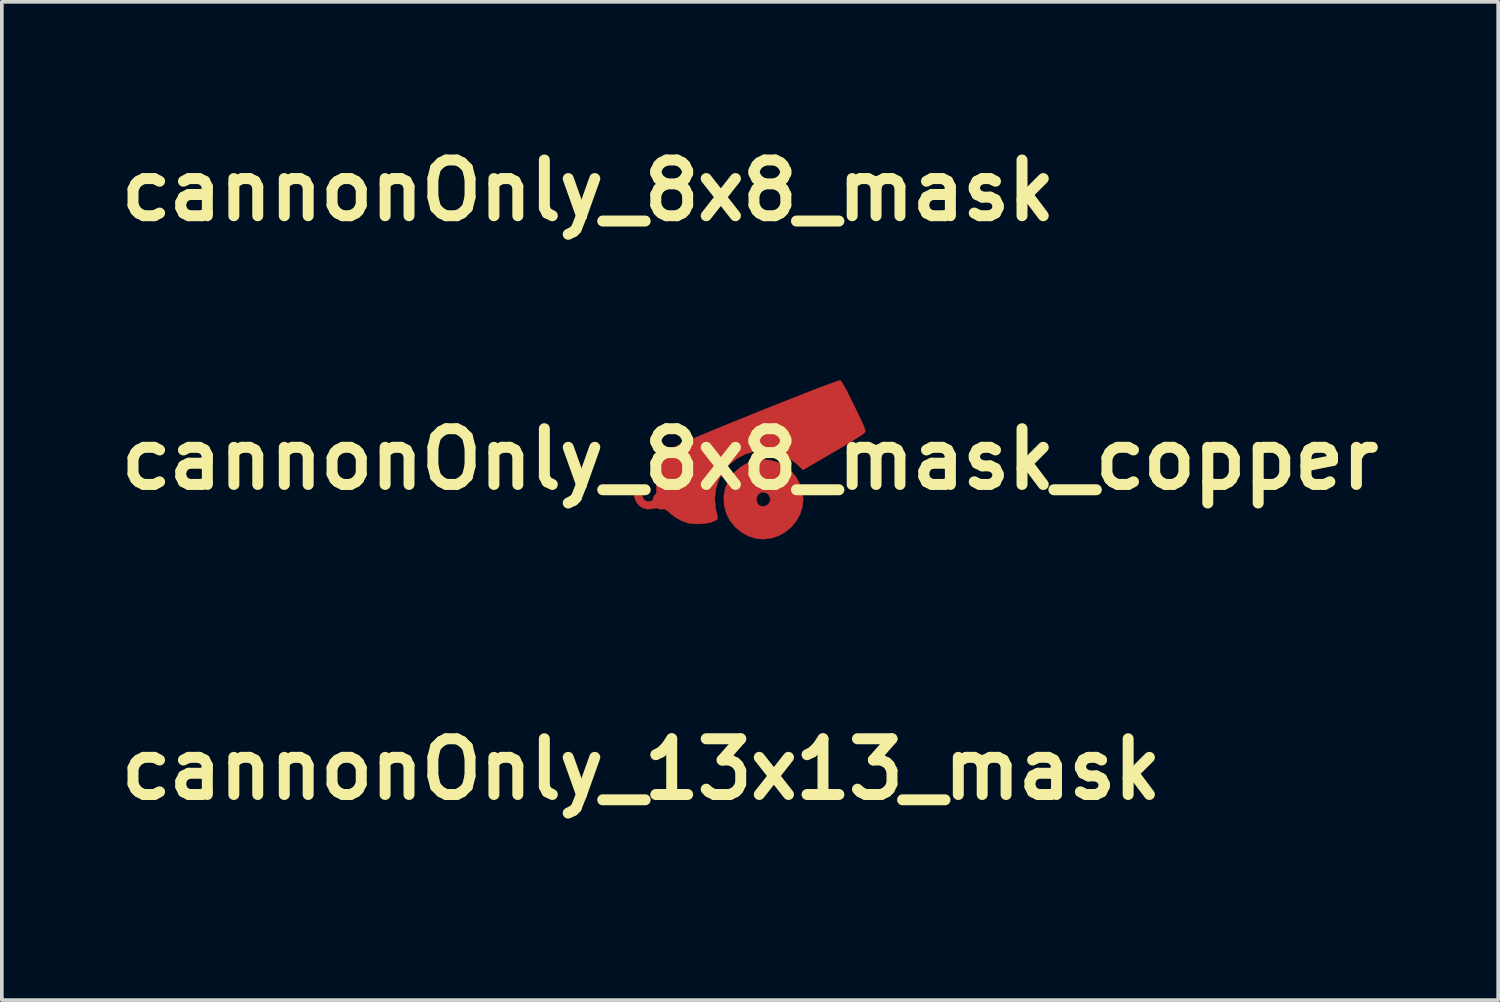
<source format=kicad_pcb>
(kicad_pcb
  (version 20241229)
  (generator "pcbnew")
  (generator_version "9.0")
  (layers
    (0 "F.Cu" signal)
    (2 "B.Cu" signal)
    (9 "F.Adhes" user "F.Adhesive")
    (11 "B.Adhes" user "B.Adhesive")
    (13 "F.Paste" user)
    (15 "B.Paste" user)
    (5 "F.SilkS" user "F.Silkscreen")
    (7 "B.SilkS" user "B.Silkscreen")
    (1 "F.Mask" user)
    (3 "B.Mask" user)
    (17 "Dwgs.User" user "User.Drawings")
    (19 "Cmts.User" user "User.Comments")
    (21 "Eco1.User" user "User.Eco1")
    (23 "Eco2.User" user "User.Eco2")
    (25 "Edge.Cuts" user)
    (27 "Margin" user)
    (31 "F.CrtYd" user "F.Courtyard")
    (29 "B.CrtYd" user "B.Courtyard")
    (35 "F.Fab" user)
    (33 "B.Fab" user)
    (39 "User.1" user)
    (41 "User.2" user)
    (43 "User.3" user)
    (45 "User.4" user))
  (footprint "cannonOnly_8x8_mask_copper"
    (layer "F.Cu")
    (at 17.461 9.509)
    (property "Reference" "cannonOnly_8x8_mask_copper" (at 0 0 0) (layer "F.SilkS") (effects (font (size 1.524 1.524) (thickness 0.3))))
    (attr through_hole)
    (fp_poly (pts (xy 0.581 0.032) (xy 0.78 0.093) (xy 0.965 0.192) (xy 1.129 0.326) (xy 1.267 0.495) (xy 1.373 0.696) (xy 1.429 0.87) (xy 1.455 1.089) (xy 1.433 1.302) (xy 1.369 1.504) (xy 1.266 1.689) (xy 1.131 1.852) (xy 0.968 1.988) (xy 0.782 2.093) (xy 0.578 2.16) (xy 0.362 2.185) (xy 0.174 2.169) (xy -0.037 2.106) (xy -0.232 1.999) (xy -0.403 1.856) (xy -0.544 1.682) (xy -0.647 1.487) (xy -0.705 1.276) (xy -0.708 1.255) (xy -0.714 1.098) (xy 0.175 1.098) (xy 0.196 1.196) (xy 0.251 1.263) (xy 0.33 1.292) (xy 0.42 1.28) (xy 0.486 1.242) (xy 0.543 1.167) (xy 0.555 1.079) (xy 0.521 0.99) (xy 0.498 0.961) (xy 0.42 0.909) (xy 0.335 0.901) (xy 0.258 0.932) (xy 0.2 0.996) (xy 0.175 1.087) (xy 0.175 1.098) (xy -0.714 1.098) (xy -0.717 1.011) (xy -0.676 0.786) (xy -0.585 0.576) (xy -0.443 0.382) (xy -0.411 0.347) (xy -0.234 0.196) (xy -0.039 0.09) (xy 0.165 0.028) (xy 0.374 0.009) (xy 0.581 0.032)) (stroke (width 0.01) (type solid)) (fill yes) (layer "F.Cu"))
    (fp_poly (pts (xy 2.491 -2.133) (xy 2.529 -2.078) (xy 2.582 -1.986) (xy 2.652 -1.856) (xy 2.739 -1.682) (xy 2.847 -1.464) (xy 2.848 -1.46) (xy 2.944 -1.263) (xy 3.019 -1.108) (xy 3.074 -0.989) (xy 3.113 -0.901) (xy 3.138 -0.838) (xy 3.15 -0.795) (xy 3.151 -0.765) (xy 3.145 -0.743) (xy 3.132 -0.725) (xy 3.13 -0.722) (xy 3.096 -0.694) (xy 3.023 -0.644) (xy 2.914 -0.575) (xy 2.776 -0.489) (xy 2.615 -0.391) (xy 2.435 -0.284) (xy 2.265 -0.185) (xy 1.448 0.291) (xy 1.282 0.135) (xy 1.072 -0.027) (xy 0.844 -0.143) (xy 0.604 -0.212) (xy 0.358 -0.235) (xy 0.113 -0.212) (xy -0.126 -0.142) (xy -0.352 -0.025) (xy -0.559 0.137) (xy -0.585 0.162) (xy -0.748 0.361) (xy -0.866 0.584) (xy -0.939 0.827) (xy -0.964 1.083) (xy -0.94 1.345) (xy -0.909 1.48) (xy -0.887 1.563) (xy -0.882 1.611) (xy -0.893 1.64) (xy -0.917 1.66) (xy -1.013 1.708) (xy -1.147 1.743) (xy -1.303 1.764) (xy -1.467 1.77) (xy -1.623 1.758) (xy -1.7 1.744) (xy -1.858 1.688) (xy -2.023 1.599) (xy -2.173 1.487) (xy -2.197 1.465) (xy -2.272 1.4) (xy -2.324 1.367) (xy -2.369 1.36) (xy -2.392 1.364) (xy -2.461 1.367) (xy -2.499 1.351) (xy -2.54 1.334) (xy -2.605 1.339) (xy -2.648 1.35) (xy -2.797 1.367) (xy -2.929 1.335) (xy -3.019 1.277) (xy -3.112 1.169) (xy -3.163 1.034) (xy -3.175 0.9) (xy -3.175 0.767) (xy -2.963 0.767) (xy -2.963 0.888) (xy -2.948 1.017) (xy -2.902 1.105) (xy -2.828 1.151) (xy -2.729 1.152) (xy -2.724 1.151) (xy -2.666 1.127) (xy -2.646 1.082) (xy -2.646 1.07) (xy -2.627 1.007) (xy -2.597 0.975) (xy -2.574 0.955) (xy -2.56 0.923) (xy -2.555 0.868) (xy -2.557 0.778) (xy -2.561 0.7) (xy -2.565 0.561) (xy -2.558 0.452) (xy -2.539 0.351) (xy -2.517 0.271) (xy -2.432 0.069) (xy -2.308 -0.117) (xy -2.156 -0.272) (xy -2.089 -0.324) (xy -2.04 -0.35) (xy -1.947 -0.394) (xy -1.816 -0.452) (xy -1.65 -0.524) (xy -1.454 -0.607) (xy -1.231 -0.701) (xy -0.986 -0.802) (xy -0.724 -0.911) (xy -0.448 -1.023) (xy -0.162 -1.139) (xy 0.128 -1.257) (xy 0.42 -1.374) (xy 0.708 -1.489) (xy 0.988 -1.6) (xy 1.256 -1.706) (xy 1.509 -1.805) (xy 1.741 -1.895) (xy 1.948 -1.974) (xy 2.126 -2.041) (xy 2.271 -2.094) (xy 2.379 -2.132) (xy 2.446 -2.152) (xy 2.465 -2.155) (xy 2.491 -2.133)) (stroke (width 0.01) (type solid)) (fill yes) (layer "F.Cu"))
    (fp_poly (pts (xy 0.581 0.032) (xy 0.78 0.093) (xy 0.965 0.192) (xy 1.129 0.326) (xy 1.267 0.495) (xy 1.373 0.696) (xy 1.429 0.87) (xy 1.455 1.089) (xy 1.433 1.302) (xy 1.369 1.504) (xy 1.266 1.689) (xy 1.131 1.852) (xy 0.968 1.988) (xy 0.782 2.093) (xy 0.578 2.16) (xy 0.362 2.185) (xy 0.174 2.169) (xy -0.037 2.106) (xy -0.232 1.999) (xy -0.403 1.856) (xy -0.544 1.682) (xy -0.647 1.487) (xy -0.705 1.276) (xy -0.708 1.255) (xy -0.714 1.098) (xy 0.175 1.098) (xy 0.196 1.196) (xy 0.251 1.263) (xy 0.33 1.292) (xy 0.42 1.28) (xy 0.486 1.242) (xy 0.543 1.167) (xy 0.555 1.079) (xy 0.521 0.99) (xy 0.498 0.961) (xy 0.42 0.909) (xy 0.335 0.901) (xy 0.258 0.932) (xy 0.2 0.996) (xy 0.175 1.087) (xy 0.175 1.098) (xy -0.714 1.098) (xy -0.717 1.011) (xy -0.676 0.786) (xy -0.585 0.576) (xy -0.443 0.382) (xy -0.411 0.347) (xy -0.234 0.196) (xy -0.039 0.09) (xy 0.165 0.028) (xy 0.374 0.009) (xy 0.581 0.032)) (stroke (width 0.01) (type solid)) (fill yes) (layer "F.Mask"))
    (fp_poly (pts (xy 2.491 -2.133) (xy 2.529 -2.078) (xy 2.582 -1.986) (xy 2.652 -1.856) (xy 2.739 -1.682) (xy 2.847 -1.464) (xy 2.848 -1.46) (xy 2.944 -1.263) (xy 3.019 -1.108) (xy 3.074 -0.989) (xy 3.113 -0.901) (xy 3.138 -0.838) (xy 3.15 -0.795) (xy 3.151 -0.765) (xy 3.145 -0.743) (xy 3.132 -0.725) (xy 3.13 -0.722) (xy 3.096 -0.694) (xy 3.023 -0.644) (xy 2.914 -0.575) (xy 2.776 -0.489) (xy 2.615 -0.391) (xy 2.435 -0.284) (xy 2.265 -0.185) (xy 1.448 0.291) (xy 1.282 0.135) (xy 1.072 -0.027) (xy 0.844 -0.143) (xy 0.604 -0.212) (xy 0.358 -0.235) (xy 0.113 -0.212) (xy -0.126 -0.142) (xy -0.352 -0.025) (xy -0.559 0.137) (xy -0.585 0.162) (xy -0.748 0.361) (xy -0.866 0.584) (xy -0.939 0.827) (xy -0.964 1.083) (xy -0.94 1.345) (xy -0.909 1.48) (xy -0.887 1.563) (xy -0.882 1.611) (xy -0.893 1.64) (xy -0.917 1.66) (xy -1.013 1.708) (xy -1.147 1.743) (xy -1.303 1.764) (xy -1.467 1.77) (xy -1.623 1.758) (xy -1.7 1.744) (xy -1.858 1.688) (xy -2.023 1.599) (xy -2.173 1.487) (xy -2.197 1.465) (xy -2.272 1.4) (xy -2.324 1.367) (xy -2.369 1.36) (xy -2.392 1.364) (xy -2.461 1.367) (xy -2.499 1.351) (xy -2.54 1.334) (xy -2.605 1.339) (xy -2.648 1.35) (xy -2.797 1.367) (xy -2.929 1.335) (xy -3.019 1.277) (xy -3.112 1.169) (xy -3.163 1.034) (xy -3.175 0.9) (xy -3.175 0.767) (xy -2.963 0.767) (xy -2.963 0.888) (xy -2.948 1.017) (xy -2.902 1.105) (xy -2.828 1.151) (xy -2.729 1.152) (xy -2.724 1.151) (xy -2.666 1.127) (xy -2.646 1.082) (xy -2.646 1.07) (xy -2.627 1.007) (xy -2.597 0.975) (xy -2.574 0.955) (xy -2.56 0.923) (xy -2.555 0.868) (xy -2.557 0.778) (xy -2.561 0.7) (xy -2.565 0.561) (xy -2.558 0.452) (xy -2.539 0.351) (xy -2.517 0.271) (xy -2.432 0.069) (xy -2.308 -0.117) (xy -2.156 -0.272) (xy -2.089 -0.324) (xy -2.04 -0.35) (xy -1.947 -0.394) (xy -1.816 -0.452) (xy -1.65 -0.524) (xy -1.454 -0.607) (xy -1.231 -0.701) (xy -0.986 -0.802) (xy -0.724 -0.911) (xy -0.448 -1.023) (xy -0.162 -1.139) (xy 0.128 -1.257) (xy 0.42 -1.374) (xy 0.708 -1.489) (xy 0.988 -1.6) (xy 1.256 -1.706) (xy 1.509 -1.805) (xy 1.741 -1.895) (xy 1.948 -1.974) (xy 2.126 -2.041) (xy 2.271 -2.094) (xy 2.379 -2.132) (xy 2.446 -2.152) (xy 2.465 -2.155) (xy 2.491 -2.133)) (stroke (width 0.01) (type solid)) (fill yes) (layer "F.Mask")))
  (footprint "cannonOnly_13x13_mask"
    (layer "F.Cu")
    (at 14.485 17.988)
    (property "Reference" "cannonOnly_13x13_mask" (at 0 0 0) (layer "F.SilkS") (effects (font (size 1.524 1.524) (thickness 0.3))))
    (attr through_hole)
    (fp_poly (pts (xy 0.525 0.025) (xy 0.603 0.028) (xy 0.666 0.032) (xy 0.72 0.039) (xy 0.773 0.05) (xy 0.833 0.065) (xy 0.833 0.065) (xy 1.041 0.135) (xy 1.232 0.228) (xy 1.408 0.346) (xy 1.574 0.493) (xy 1.58 0.498) (xy 1.731 0.669) (xy 1.853 0.852) (xy 1.947 1.046) (xy 2.013 1.252) (xy 2.051 1.47) (xy 2.058 1.57) (xy 2.055 1.801) (xy 2.022 2.023) (xy 1.961 2.235) (xy 1.869 2.438) (xy 1.772 2.599) (xy 1.641 2.765) (xy 1.487 2.913) (xy 1.314 3.04) (xy 1.125 3.145) (xy 0.924 3.225) (xy 0.713 3.279) (xy 0.616 3.294) (xy 0.51 3.303) (xy 0.404 3.307) (xy 0.31 3.305) (xy 0.262 3.3) (xy 0.077 3.268) (xy -0.085 3.227) (xy -0.232 3.175) (xy -0.369 3.107) (xy -0.505 3.023) (xy -0.588 2.963) (xy -0.751 2.822) (xy -0.892 2.661) (xy -1.009 2.484) (xy -1.103 2.293) (xy -1.171 2.091) (xy -1.212 1.881) (xy -1.227 1.672) (xy 0.109 1.672) (xy 0.124 1.756) (xy 0.162 1.834) (xy 0.224 1.901) (xy 0.277 1.936) (xy 0.363 1.965) (xy 0.454 1.967) (xy 0.543 1.942) (xy 0.589 1.915) (xy 0.659 1.853) (xy 0.702 1.783) (xy 0.72 1.699) (xy 0.72 1.645) (xy 0.706 1.556) (xy 0.671 1.484) (xy 0.611 1.421) (xy 0.582 1.399) (xy 0.518 1.369) (xy 0.44 1.356) (xy 0.359 1.36) (xy 0.287 1.381) (xy 0.282 1.383) (xy 0.204 1.438) (xy 0.149 1.508) (xy 0.118 1.588) (xy 0.109 1.672) (xy -1.227 1.672) (xy -1.227 1.665) (xy -1.214 1.447) (xy -1.172 1.229) (xy -1.169 1.216) (xy -1.13 1.1) (xy -1.075 0.973) (xy -1.01 0.846) (xy -0.939 0.728) (xy -0.898 0.67) (xy -0.754 0.503) (xy -0.589 0.357) (xy -0.405 0.234) (xy -0.203 0.136) (xy 0.014 0.063) (xy 0.025 0.06) (xy 0.081 0.046) (xy 0.134 0.036) (xy 0.19 0.03) (xy 0.256 0.026) (xy 0.341 0.025) (xy 0.423 0.025) (xy 0.525 0.025)) (stroke (width 0.01) (type solid)) (fill yes) (layer "F.Mask"))
    (fp_poly (pts (xy 3.653 -3.271) (xy 3.728 -3.233) (xy 3.773 -3.192) (xy 3.787 -3.171) (xy 3.812 -3.124) (xy 3.849 -3.055) (xy 3.895 -2.965) (xy 3.949 -2.857) (xy 4.01 -2.734) (xy 4.078 -2.598) (xy 4.15 -2.451) (xy 4.225 -2.296) (xy 4.248 -2.248) (xy 4.336 -2.066) (xy 4.411 -1.911) (xy 4.474 -1.779) (xy 4.527 -1.667) (xy 4.57 -1.575) (xy 4.605 -1.5) (xy 4.632 -1.439) (xy 4.652 -1.391) (xy 4.666 -1.353) (xy 4.675 -1.324) (xy 4.681 -1.3) (xy 4.683 -1.28) (xy 4.684 -1.262) (xy 4.673 -1.17) (xy 4.639 -1.096) (xy 4.6 -1.052) (xy 4.582 -1.04) (xy 4.539 -1.013) (xy 4.473 -0.973) (xy 4.386 -0.922) (xy 4.281 -0.859) (xy 4.159 -0.788) (xy 4.022 -0.708) (xy 3.873 -0.621) (xy 3.713 -0.528) (xy 3.545 -0.431) (xy 3.415 -0.355) (xy 3.201 -0.232) (xy 3.012 -0.124) (xy 2.847 -0.029) (xy 2.704 0.052) (xy 2.582 0.12) (xy 2.48 0.177) (xy 2.395 0.223) (xy 2.327 0.259) (xy 2.275 0.286) (xy 2.236 0.304) (xy 2.209 0.314) (xy 2.196 0.318) (xy 2.137 0.32) (xy 2.082 0.31) (xy 2.025 0.283) (xy 1.962 0.238) (xy 1.886 0.17) (xy 1.881 0.166) (xy 1.704 0.012) (xy 1.527 -0.114) (xy 1.341 -0.218) (xy 1.142 -0.301) (xy 0.922 -0.369) (xy 0.908 -0.373) (xy 0.827 -0.392) (xy 0.753 -0.406) (xy 0.678 -0.416) (xy 0.592 -0.422) (xy 0.493 -0.426) (xy 0.26 -0.424) (xy 0.043 -0.399) (xy -0.165 -0.351) (xy -0.369 -0.278) (xy -0.472 -0.232) (xy -0.697 -0.108) (xy -0.902 0.038) (xy -1.085 0.206) (xy -1.246 0.394) (xy -1.384 0.601) (xy -1.498 0.828) (xy -1.588 1.072) (xy -1.641 1.278) (xy -1.658 1.387) (xy -1.668 1.517) (xy -1.671 1.658) (xy -1.667 1.8) (xy -1.656 1.935) (xy -1.638 2.051) (xy -1.634 2.07) (xy -1.612 2.17) (xy -1.598 2.245) (xy -1.59 2.301) (xy -1.589 2.345) (xy -1.594 2.382) (xy -1.605 2.417) (xy -1.608 2.424) (xy -1.644 2.493) (xy -1.698 2.546) (xy -1.773 2.587) (xy -1.857 2.614) (xy -1.983 2.643) (xy -2.12 2.662) (xy -2.255 2.673) (xy -2.379 2.673) (xy -2.44 2.669) (xy -2.673 2.631) (xy -2.885 2.574) (xy -3.081 2.495) (xy -3.264 2.393) (xy -3.438 2.265) (xy -3.483 2.228) (xy -3.563 2.167) (xy -3.637 2.13) (xy -3.714 2.112) (xy -3.758 2.11) (xy -3.826 2.1) (xy -3.899 2.076) (xy -3.912 2.071) (xy -3.949 2.055) (xy -3.983 2.044) (xy -4.023 2.037) (xy -4.075 2.034) (xy -4.146 2.032) (xy -4.203 2.032) (xy -4.29 2.031) (xy -4.376 2.028) (xy -4.451 2.023) (xy -4.505 2.018) (xy -4.506 2.017) (xy -4.637 1.984) (xy -4.752 1.926) (xy -4.849 1.846) (xy -4.926 1.746) (xy -4.981 1.63) (xy -5.012 1.5) (xy -5.016 1.359) (xy -5.016 1.355) (xy -5.002 1.277) (xy -4.974 1.224) (xy -4.93 1.194) (xy -4.871 1.185) (xy -4.816 1.19) (xy -4.778 1.205) (xy -4.752 1.237) (xy -4.736 1.29) (xy -4.726 1.367) (xy -4.724 1.393) (xy -4.719 1.465) (xy -4.711 1.516) (xy -4.7 1.553) (xy -4.683 1.586) (xy -4.67 1.605) (xy -4.612 1.668) (xy -4.543 1.709) (xy -4.456 1.729) (xy -4.393 1.732) (xy -4.317 1.727) (xy -4.263 1.711) (xy -4.225 1.679) (xy -4.196 1.628) (xy -4.192 1.62) (xy -4.171 1.584) (xy -4.136 1.535) (xy -4.095 1.485) (xy -4.093 1.483) (xy -4.062 1.45) (xy -4.04 1.424) (xy -4.028 1.4) (xy -4.023 1.372) (xy -4.025 1.333) (xy -4.033 1.278) (xy -4.046 1.199) (xy -4.05 1.178) (xy -4.06 1.078) (xy -4.064 0.959) (xy -4.061 0.829) (xy -4.052 0.698) (xy -4.037 0.575) (xy -4.017 0.471) (xy -4.011 0.447) (xy -3.935 0.229) (xy -3.833 0.025) (xy -3.707 -0.164) (xy -3.559 -0.334) (xy -3.39 -0.484) (xy -3.204 -0.61) (xy -3.11 -0.661) (xy -3.085 -0.672) (xy -3.032 -0.694) (xy -2.954 -0.726) (xy -2.851 -0.768) (xy -2.725 -0.819) (xy -2.577 -0.879) (xy -2.408 -0.946) (xy -2.22 -1.022) (xy -2.014 -1.104) (xy -1.791 -1.193) (xy -1.553 -1.288) (xy -1.301 -1.388) (xy -1.037 -1.493) (xy -0.761 -1.603) (xy -0.475 -1.716) (xy -0.181 -1.833) (xy 0.121 -1.952) (xy 0.246 -2.002) (xy 0.61 -2.146) (xy 0.947 -2.279) (xy 1.257 -2.402) (xy 1.541 -2.514) (xy 1.802 -2.617) (xy 2.039 -2.71) (xy 2.254 -2.795) (xy 2.448 -2.871) (xy 2.622 -2.939) (xy 2.777 -3) (xy 2.915 -3.053) (xy 3.035 -3.099) (xy 3.14 -3.14) (xy 3.231 -3.174) (xy 3.308 -3.202) (xy 3.373 -3.226) (xy 3.426 -3.245) (xy 3.469 -3.26) (xy 3.503 -3.27) (xy 3.529 -3.278) (xy 3.548 -3.282) (xy 3.561 -3.284) (xy 3.564 -3.284) (xy 3.653 -3.271)) (stroke (width 0.01) (type solid)) (fill yes) (layer "F.Mask")))
  (footprint "cannonOnly_8x8_mask"
    (layer "F.Cu")
    (at 13.034 2.16)
    (property "Reference" "cannonOnly_8x8_mask" (at 0 0 0) (layer "F.SilkS") (effects (font (size 1.524 1.524) (thickness 0.3))))
    (attr through_hole)
    (fp_poly (pts (xy 0.581 0.032) (xy 0.78 0.093) (xy 0.965 0.192) (xy 1.129 0.326) (xy 1.267 0.495) (xy 1.373 0.696) (xy 1.429 0.87) (xy 1.455 1.089) (xy 1.433 1.302) (xy 1.369 1.504) (xy 1.266 1.689) (xy 1.131 1.852) (xy 0.968 1.988) (xy 0.782 2.093) (xy 0.578 2.16) (xy 0.362 2.185) (xy 0.174 2.169) (xy -0.037 2.106) (xy -0.232 1.999) (xy -0.403 1.856) (xy -0.544 1.682) (xy -0.647 1.487) (xy -0.705 1.276) (xy -0.708 1.255) (xy -0.714 1.098) (xy 0.175 1.098) (xy 0.196 1.196) (xy 0.251 1.263) (xy 0.33 1.292) (xy 0.42 1.28) (xy 0.486 1.242) (xy 0.543 1.167) (xy 0.555 1.079) (xy 0.521 0.99) (xy 0.498 0.961) (xy 0.42 0.909) (xy 0.335 0.901) (xy 0.258 0.932) (xy 0.2 0.996) (xy 0.175 1.087) (xy 0.175 1.098) (xy -0.714 1.098) (xy -0.717 1.011) (xy -0.676 0.786) (xy -0.585 0.576) (xy -0.443 0.382) (xy -0.411 0.347) (xy -0.234 0.196) (xy -0.039 0.09) (xy 0.165 0.028) (xy 0.374 0.009) (xy 0.581 0.032)) (stroke (width 0.01) (type solid)) (fill yes) (layer "F.Mask"))
    (fp_poly (pts (xy 2.491 -2.133) (xy 2.529 -2.078) (xy 2.582 -1.986) (xy 2.652 -1.856) (xy 2.739 -1.682) (xy 2.847 -1.464) (xy 2.848 -1.46) (xy 2.944 -1.263) (xy 3.019 -1.108) (xy 3.074 -0.989) (xy 3.113 -0.901) (xy 3.138 -0.838) (xy 3.15 -0.795) (xy 3.151 -0.765) (xy 3.145 -0.743) (xy 3.132 -0.725) (xy 3.13 -0.722) (xy 3.096 -0.694) (xy 3.023 -0.644) (xy 2.914 -0.575) (xy 2.776 -0.489) (xy 2.615 -0.391) (xy 2.435 -0.284) (xy 2.265 -0.185) (xy 1.448 0.291) (xy 1.282 0.135) (xy 1.072 -0.027) (xy 0.844 -0.143) (xy 0.604 -0.212) (xy 0.358 -0.235) (xy 0.113 -0.212) (xy -0.126 -0.142) (xy -0.352 -0.025) (xy -0.559 0.137) (xy -0.585 0.162) (xy -0.748 0.361) (xy -0.866 0.584) (xy -0.939 0.827) (xy -0.964 1.083) (xy -0.94 1.345) (xy -0.909 1.48) (xy -0.887 1.563) (xy -0.882 1.611) (xy -0.893 1.64) (xy -0.917 1.66) (xy -1.013 1.708) (xy -1.147 1.743) (xy -1.303 1.764) (xy -1.467 1.77) (xy -1.623 1.758) (xy -1.7 1.744) (xy -1.858 1.688) (xy -2.023 1.599) (xy -2.173 1.487) (xy -2.197 1.465) (xy -2.272 1.4) (xy -2.324 1.367) (xy -2.369 1.36) (xy -2.392 1.364) (xy -2.461 1.367) (xy -2.499 1.351) (xy -2.54 1.334) (xy -2.605 1.339) (xy -2.648 1.35) (xy -2.797 1.367) (xy -2.929 1.335) (xy -3.019 1.277) (xy -3.112 1.169) (xy -3.163 1.034) (xy -3.175 0.9) (xy -3.175 0.767) (xy -2.963 0.767) (xy -2.963 0.888) (xy -2.948 1.017) (xy -2.902 1.105) (xy -2.828 1.151) (xy -2.729 1.152) (xy -2.724 1.151) (xy -2.666 1.127) (xy -2.646 1.082) (xy -2.646 1.07) (xy -2.627 1.007) (xy -2.597 0.975) (xy -2.574 0.955) (xy -2.56 0.923) (xy -2.555 0.868) (xy -2.557 0.778) (xy -2.561 0.7) (xy -2.565 0.561) (xy -2.558 0.452) (xy -2.539 0.351) (xy -2.517 0.271) (xy -2.432 0.069) (xy -2.308 -0.117) (xy -2.156 -0.272) (xy -2.089 -0.324) (xy -2.04 -0.35) (xy -1.947 -0.394) (xy -1.816 -0.452) (xy -1.65 -0.524) (xy -1.454 -0.607) (xy -1.231 -0.701) (xy -0.986 -0.802) (xy -0.724 -0.911) (xy -0.448 -1.023) (xy -0.162 -1.139) (xy 0.128 -1.257) (xy 0.42 -1.374) (xy 0.708 -1.489) (xy 0.988 -1.6) (xy 1.256 -1.706) (xy 1.509 -1.805) (xy 1.741 -1.895) (xy 1.948 -1.974) (xy 2.126 -2.041) (xy 2.271 -2.094) (xy 2.379 -2.132) (xy 2.446 -2.152) (xy 2.465 -2.155) (xy 2.491 -2.133)) (stroke (width 0.01) (type solid)) (fill yes) (layer "F.Mask")))
  (gr_rect
    (start -3 -3)
    (end 37.921 24.3)
    (stroke (width 0.1) (type default))
    (fill no)
    (layer "Edge.Cuts")))
</source>
